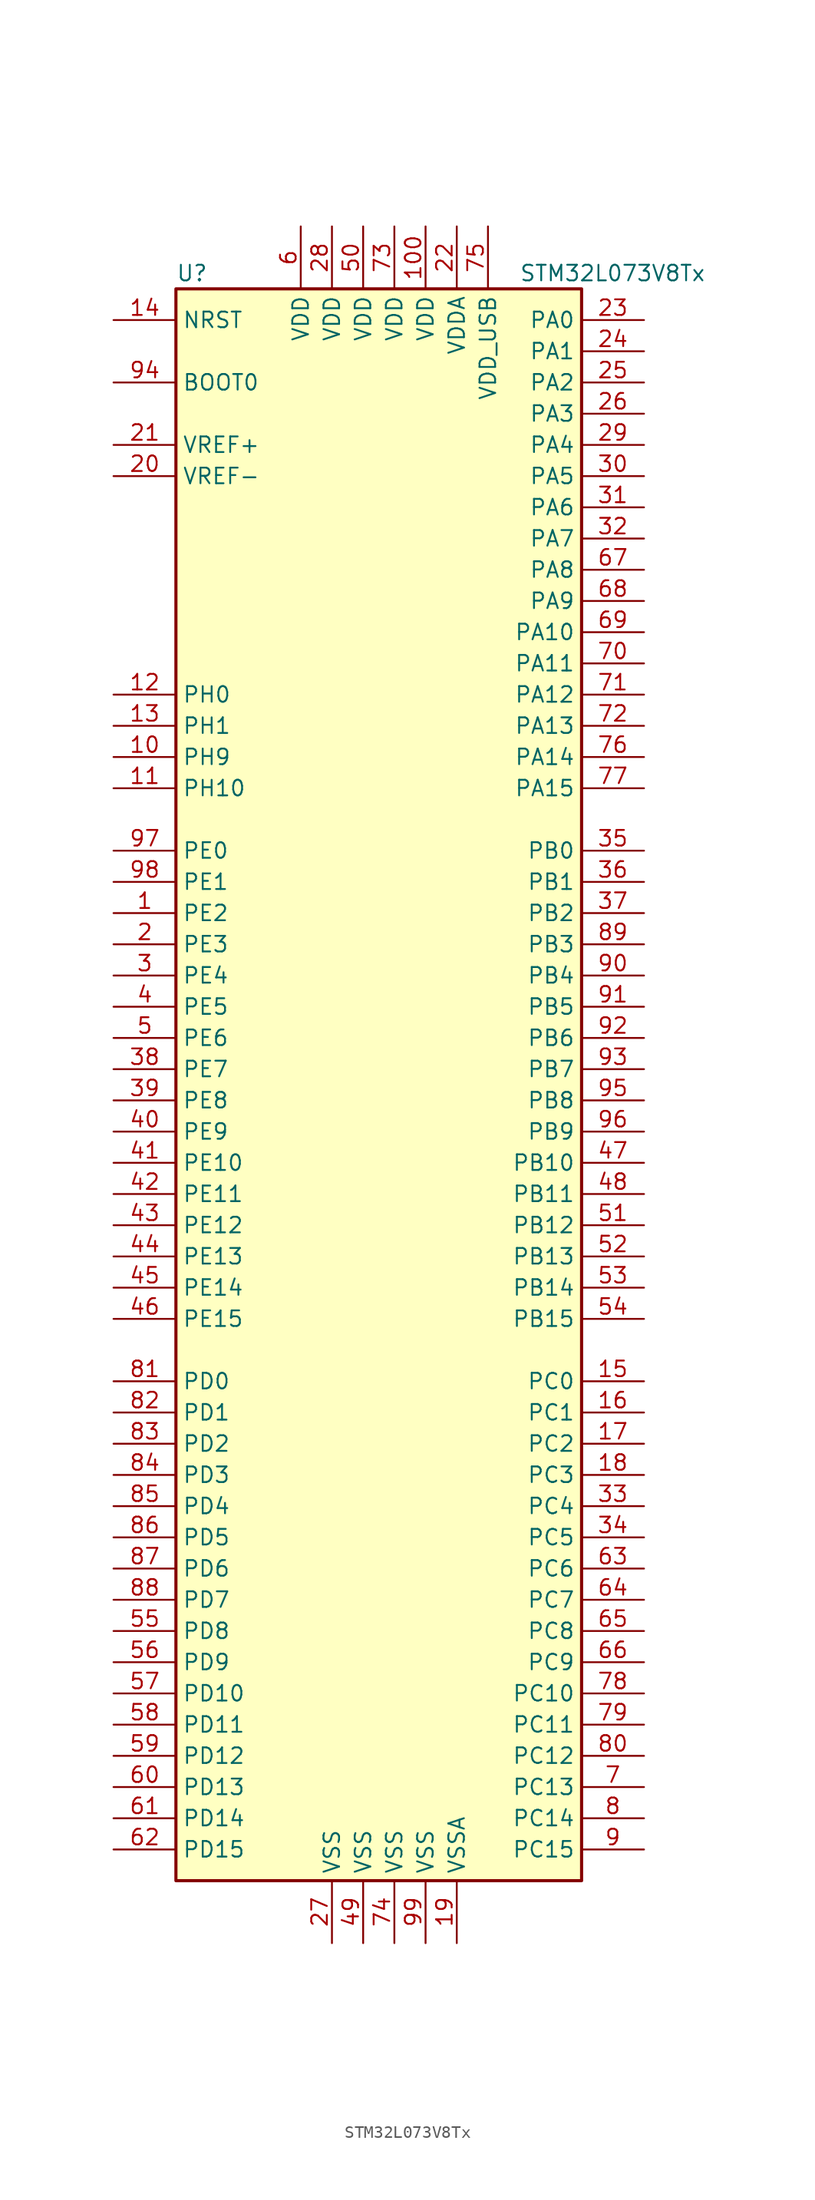
<source format=kicad_sym>
(kicad_symbol_lib
  (version 20201005)
  (generator kicad_symbol_editor)
  (symbol "STM32L073V8Tx"
    (property "Reference" "U"
      (at -17.78 64.77 0)
      (effects (font (size 1.27 1.27)) (justify left)))
    (property "Value" "STM32L073V8Tx"
      (at 10.16 64.77 0)
      (effects (font (size 1.27 1.27)) (justify left)))
    (symbol "STM32L073V8Tx_0_1"
      (rectangle (start -17.78 -66.04) (end 15.24 63.5) (stroke (width 0.254)) (fill (type background))))
    (symbol "STM32L073V8Tx_1_1"
      (pin input line (at -22.86 55.88 0) (length 5.08) (name "BOOT0" (effects (font (size 1.27 1.27)))) (number "94" (effects (font (size 1.27 1.27)))))
      (pin input line (at -22.86 60.96 0) (length 5.08) (name "NRST" (effects (font (size 1.27 1.27)))) (number "14" (effects (font (size 1.27 1.27)))))
      (pin bidirectional line (at 20.32 60.96 180) (length 5.08) (name "PA0" (effects (font (size 1.27 1.27)))) (number "23" (effects (font (size 1.27 1.27)))))
      (pin bidirectional line (at 20.32 58.42 180) (length 5.08) (name "PA1" (effects (font (size 1.27 1.27)))) (number "24" (effects (font (size 1.27 1.27)))))
      (pin bidirectional line (at 20.32 35.56 180) (length 5.08) (name "PA10" (effects (font (size 1.27 1.27)))) (number "69" (effects (font (size 1.27 1.27)))))
      (pin bidirectional line (at 20.32 33.02 180) (length 5.08) (name "PA11" (effects (font (size 1.27 1.27)))) (number "70" (effects (font (size 1.27 1.27)))))
      (pin bidirectional line (at 20.32 30.48 180) (length 5.08) (name "PA12" (effects (font (size 1.27 1.27)))) (number "71" (effects (font (size 1.27 1.27)))))
      (pin bidirectional line (at 20.32 27.94 180) (length 5.08) (name "PA13" (effects (font (size 1.27 1.27)))) (number "72" (effects (font (size 1.27 1.27)))))
      (pin bidirectional line (at 20.32 25.4 180) (length 5.08) (name "PA14" (effects (font (size 1.27 1.27)))) (number "76" (effects (font (size 1.27 1.27)))))
      (pin bidirectional line (at 20.32 22.86 180) (length 5.08) (name "PA15" (effects (font (size 1.27 1.27)))) (number "77" (effects (font (size 1.27 1.27)))))
      (pin bidirectional line (at 20.32 55.88 180) (length 5.08) (name "PA2" (effects (font (size 1.27 1.27)))) (number "25" (effects (font (size 1.27 1.27)))))
      (pin bidirectional line (at 20.32 53.34 180) (length 5.08) (name "PA3" (effects (font (size 1.27 1.27)))) (number "26" (effects (font (size 1.27 1.27)))))
      (pin bidirectional line (at 20.32 50.8 180) (length 5.08) (name "PA4" (effects (font (size 1.27 1.27)))) (number "29" (effects (font (size 1.27 1.27)))))
      (pin bidirectional line (at 20.32 48.26 180) (length 5.08) (name "PA5" (effects (font (size 1.27 1.27)))) (number "30" (effects (font (size 1.27 1.27)))))
      (pin bidirectional line (at 20.32 45.72 180) (length 5.08) (name "PA6" (effects (font (size 1.27 1.27)))) (number "31" (effects (font (size 1.27 1.27)))))
      (pin bidirectional line (at 20.32 43.18 180) (length 5.08) (name "PA7" (effects (font (size 1.27 1.27)))) (number "32" (effects (font (size 1.27 1.27)))))
      (pin bidirectional line (at 20.32 40.64 180) (length 5.08) (name "PA8" (effects (font (size 1.27 1.27)))) (number "67" (effects (font (size 1.27 1.27)))))
      (pin bidirectional line (at 20.32 38.1 180) (length 5.08) (name "PA9" (effects (font (size 1.27 1.27)))) (number "68" (effects (font (size 1.27 1.27)))))
      (pin bidirectional line (at 20.32 17.78 180) (length 5.08) (name "PB0" (effects (font (size 1.27 1.27)))) (number "35" (effects (font (size 1.27 1.27)))))
      (pin bidirectional line (at 20.32 15.24 180) (length 5.08) (name "PB1" (effects (font (size 1.27 1.27)))) (number "36" (effects (font (size 1.27 1.27)))))
      (pin bidirectional line (at 20.32 -7.62 180) (length 5.08) (name "PB10" (effects (font (size 1.27 1.27)))) (number "47" (effects (font (size 1.27 1.27)))))
      (pin bidirectional line (at 20.32 -10.16 180) (length 5.08) (name "PB11" (effects (font (size 1.27 1.27)))) (number "48" (effects (font (size 1.27 1.27)))))
      (pin bidirectional line (at 20.32 -12.7 180) (length 5.08) (name "PB12" (effects (font (size 1.27 1.27)))) (number "51" (effects (font (size 1.27 1.27)))))
      (pin bidirectional line (at 20.32 -15.24 180) (length 5.08) (name "PB13" (effects (font (size 1.27 1.27)))) (number "52" (effects (font (size 1.27 1.27)))))
      (pin bidirectional line (at 20.32 -17.78 180) (length 5.08) (name "PB14" (effects (font (size 1.27 1.27)))) (number "53" (effects (font (size 1.27 1.27)))))
      (pin bidirectional line (at 20.32 -20.32 180) (length 5.08) (name "PB15" (effects (font (size 1.27 1.27)))) (number "54" (effects (font (size 1.27 1.27)))))
      (pin bidirectional line (at 20.32 12.7 180) (length 5.08) (name "PB2" (effects (font (size 1.27 1.27)))) (number "37" (effects (font (size 1.27 1.27)))))
      (pin bidirectional line (at 20.32 10.16 180) (length 5.08) (name "PB3" (effects (font (size 1.27 1.27)))) (number "89" (effects (font (size 1.27 1.27)))))
      (pin bidirectional line (at 20.32 7.62 180) (length 5.08) (name "PB4" (effects (font (size 1.27 1.27)))) (number "90" (effects (font (size 1.27 1.27)))))
      (pin bidirectional line (at 20.32 5.08 180) (length 5.08) (name "PB5" (effects (font (size 1.27 1.27)))) (number "91" (effects (font (size 1.27 1.27)))))
      (pin bidirectional line (at 20.32 2.54 180) (length 5.08) (name "PB6" (effects (font (size 1.27 1.27)))) (number "92" (effects (font (size 1.27 1.27)))))
      (pin bidirectional line (at 20.32 0 180) (length 5.08) (name "PB7" (effects (font (size 1.27 1.27)))) (number "93" (effects (font (size 1.27 1.27)))))
      (pin bidirectional line (at 20.32 -2.54 180) (length 5.08) (name "PB8" (effects (font (size 1.27 1.27)))) (number "95" (effects (font (size 1.27 1.27)))))
      (pin bidirectional line (at 20.32 -5.08 180) (length 5.08) (name "PB9" (effects (font (size 1.27 1.27)))) (number "96" (effects (font (size 1.27 1.27)))))
      (pin bidirectional line (at 20.32 -25.4 180) (length 5.08) (name "PC0" (effects (font (size 1.27 1.27)))) (number "15" (effects (font (size 1.27 1.27)))))
      (pin bidirectional line (at 20.32 -27.94 180) (length 5.08) (name "PC1" (effects (font (size 1.27 1.27)))) (number "16" (effects (font (size 1.27 1.27)))))
      (pin bidirectional line (at 20.32 -50.8 180) (length 5.08) (name "PC10" (effects (font (size 1.27 1.27)))) (number "78" (effects (font (size 1.27 1.27)))))
      (pin bidirectional line (at 20.32 -53.34 180) (length 5.08) (name "PC11" (effects (font (size 1.27 1.27)))) (number "79" (effects (font (size 1.27 1.27)))))
      (pin bidirectional line (at 20.32 -55.88 180) (length 5.08) (name "PC12" (effects (font (size 1.27 1.27)))) (number "80" (effects (font (size 1.27 1.27)))))
      (pin bidirectional line (at 20.32 -58.42 180) (length 5.08) (name "PC13" (effects (font (size 1.27 1.27)))) (number "7" (effects (font (size 1.27 1.27)))))
      (pin bidirectional line (at 20.32 -60.96 180) (length 5.08) (name "PC14" (effects (font (size 1.27 1.27)))) (number "8" (effects (font (size 1.27 1.27)))))
      (pin bidirectional line (at 20.32 -63.5 180) (length 5.08) (name "PC15" (effects (font (size 1.27 1.27)))) (number "9" (effects (font (size 1.27 1.27)))))
      (pin bidirectional line (at 20.32 -30.48 180) (length 5.08) (name "PC2" (effects (font (size 1.27 1.27)))) (number "17" (effects (font (size 1.27 1.27)))))
      (pin bidirectional line (at 20.32 -33.02 180) (length 5.08) (name "PC3" (effects (font (size 1.27 1.27)))) (number "18" (effects (font (size 1.27 1.27)))))
      (pin bidirectional line (at 20.32 -35.56 180) (length 5.08) (name "PC4" (effects (font (size 1.27 1.27)))) (number "33" (effects (font (size 1.27 1.27)))))
      (pin bidirectional line (at 20.32 -38.1 180) (length 5.08) (name "PC5" (effects (font (size 1.27 1.27)))) (number "34" (effects (font (size 1.27 1.27)))))
      (pin bidirectional line (at 20.32 -40.64 180) (length 5.08) (name "PC6" (effects (font (size 1.27 1.27)))) (number "63" (effects (font (size 1.27 1.27)))))
      (pin bidirectional line (at 20.32 -43.18 180) (length 5.08) (name "PC7" (effects (font (size 1.27 1.27)))) (number "64" (effects (font (size 1.27 1.27)))))
      (pin bidirectional line (at 20.32 -45.72 180) (length 5.08) (name "PC8" (effects (font (size 1.27 1.27)))) (number "65" (effects (font (size 1.27 1.27)))))
      (pin bidirectional line (at 20.32 -48.26 180) (length 5.08) (name "PC9" (effects (font (size 1.27 1.27)))) (number "66" (effects (font (size 1.27 1.27)))))
      (pin bidirectional line (at -22.86 -25.4 0) (length 5.08) (name "PD0" (effects (font (size 1.27 1.27)))) (number "81" (effects (font (size 1.27 1.27)))))
      (pin bidirectional line (at -22.86 -27.94 0) (length 5.08) (name "PD1" (effects (font (size 1.27 1.27)))) (number "82" (effects (font (size 1.27 1.27)))))
      (pin bidirectional line (at -22.86 -50.8 0) (length 5.08) (name "PD10" (effects (font (size 1.27 1.27)))) (number "57" (effects (font (size 1.27 1.27)))))
      (pin bidirectional line (at -22.86 -53.34 0) (length 5.08) (name "PD11" (effects (font (size 1.27 1.27)))) (number "58" (effects (font (size 1.27 1.27)))))
      (pin bidirectional line (at -22.86 -55.88 0) (length 5.08) (name "PD12" (effects (font (size 1.27 1.27)))) (number "59" (effects (font (size 1.27 1.27)))))
      (pin bidirectional line (at -22.86 -58.42 0) (length 5.08) (name "PD13" (effects (font (size 1.27 1.27)))) (number "60" (effects (font (size 1.27 1.27)))))
      (pin bidirectional line (at -22.86 -60.96 0) (length 5.08) (name "PD14" (effects (font (size 1.27 1.27)))) (number "61" (effects (font (size 1.27 1.27)))))
      (pin bidirectional line (at -22.86 -63.5 0) (length 5.08) (name "PD15" (effects (font (size 1.27 1.27)))) (number "62" (effects (font (size 1.27 1.27)))))
      (pin bidirectional line (at -22.86 -30.48 0) (length 5.08) (name "PD2" (effects (font (size 1.27 1.27)))) (number "83" (effects (font (size 1.27 1.27)))))
      (pin bidirectional line (at -22.86 -33.02 0) (length 5.08) (name "PD3" (effects (font (size 1.27 1.27)))) (number "84" (effects (font (size 1.27 1.27)))))
      (pin bidirectional line (at -22.86 -35.56 0) (length 5.08) (name "PD4" (effects (font (size 1.27 1.27)))) (number "85" (effects (font (size 1.27 1.27)))))
      (pin bidirectional line (at -22.86 -38.1 0) (length 5.08) (name "PD5" (effects (font (size 1.27 1.27)))) (number "86" (effects (font (size 1.27 1.27)))))
      (pin bidirectional line (at -22.86 -40.64 0) (length 5.08) (name "PD6" (effects (font (size 1.27 1.27)))) (number "87" (effects (font (size 1.27 1.27)))))
      (pin bidirectional line (at -22.86 -43.18 0) (length 5.08) (name "PD7" (effects (font (size 1.27 1.27)))) (number "88" (effects (font (size 1.27 1.27)))))
      (pin bidirectional line (at -22.86 -45.72 0) (length 5.08) (name "PD8" (effects (font (size 1.27 1.27)))) (number "55" (effects (font (size 1.27 1.27)))))
      (pin bidirectional line (at -22.86 -48.26 0) (length 5.08) (name "PD9" (effects (font (size 1.27 1.27)))) (number "56" (effects (font (size 1.27 1.27)))))
      (pin bidirectional line (at -22.86 17.78 0) (length 5.08) (name "PE0" (effects (font (size 1.27 1.27)))) (number "97" (effects (font (size 1.27 1.27)))))
      (pin bidirectional line (at -22.86 15.24 0) (length 5.08) (name "PE1" (effects (font (size 1.27 1.27)))) (number "98" (effects (font (size 1.27 1.27)))))
      (pin bidirectional line (at -22.86 -7.62 0) (length 5.08) (name "PE10" (effects (font (size 1.27 1.27)))) (number "41" (effects (font (size 1.27 1.27)))))
      (pin bidirectional line (at -22.86 -10.16 0) (length 5.08) (name "PE11" (effects (font (size 1.27 1.27)))) (number "42" (effects (font (size 1.27 1.27)))))
      (pin bidirectional line (at -22.86 -12.7 0) (length 5.08) (name "PE12" (effects (font (size 1.27 1.27)))) (number "43" (effects (font (size 1.27 1.27)))))
      (pin bidirectional line (at -22.86 -15.24 0) (length 5.08) (name "PE13" (effects (font (size 1.27 1.27)))) (number "44" (effects (font (size 1.27 1.27)))))
      (pin bidirectional line (at -22.86 -17.78 0) (length 5.08) (name "PE14" (effects (font (size 1.27 1.27)))) (number "45" (effects (font (size 1.27 1.27)))))
      (pin bidirectional line (at -22.86 -20.32 0) (length 5.08) (name "PE15" (effects (font (size 1.27 1.27)))) (number "46" (effects (font (size 1.27 1.27)))))
      (pin bidirectional line (at -22.86 12.7 0) (length 5.08) (name "PE2" (effects (font (size 1.27 1.27)))) (number "1" (effects (font (size 1.27 1.27)))))
      (pin bidirectional line (at -22.86 10.16 0) (length 5.08) (name "PE3" (effects (font (size 1.27 1.27)))) (number "2" (effects (font (size 1.27 1.27)))))
      (pin bidirectional line (at -22.86 7.62 0) (length 5.08) (name "PE4" (effects (font (size 1.27 1.27)))) (number "3" (effects (font (size 1.27 1.27)))))
      (pin bidirectional line (at -22.86 5.08 0) (length 5.08) (name "PE5" (effects (font (size 1.27 1.27)))) (number "4" (effects (font (size 1.27 1.27)))))
      (pin bidirectional line (at -22.86 2.54 0) (length 5.08) (name "PE6" (effects (font (size 1.27 1.27)))) (number "5" (effects (font (size 1.27 1.27)))))
      (pin bidirectional line (at -22.86 0 0) (length 5.08) (name "PE7" (effects (font (size 1.27 1.27)))) (number "38" (effects (font (size 1.27 1.27)))))
      (pin bidirectional line (at -22.86 -2.54 0) (length 5.08) (name "PE8" (effects (font (size 1.27 1.27)))) (number "39" (effects (font (size 1.27 1.27)))))
      (pin bidirectional line (at -22.86 -5.08 0) (length 5.08) (name "PE9" (effects (font (size 1.27 1.27)))) (number "40" (effects (font (size 1.27 1.27)))))
      (pin input line (at -22.86 30.48 0) (length 5.08) (name "PH0" (effects (font (size 1.27 1.27)))) (number "12" (effects (font (size 1.27 1.27)))))
      (pin input line (at -22.86 27.94 0) (length 5.08) (name "PH1" (effects (font (size 1.27 1.27)))) (number "13" (effects (font (size 1.27 1.27)))))
      (pin bidirectional line (at -22.86 22.86 0) (length 5.08) (name "PH10" (effects (font (size 1.27 1.27)))) (number "11" (effects (font (size 1.27 1.27)))))
      (pin bidirectional line (at -22.86 25.4 0) (length 5.08) (name "PH9" (effects (font (size 1.27 1.27)))) (number "10" (effects (font (size 1.27 1.27)))))
      (pin power_in line (at 2.54 68.58 270) (length 5.08) (name "VDD" (effects (font (size 1.27 1.27)))) (number "100" (effects (font (size 1.27 1.27)))))
      (pin power_in line (at -5.08 68.58 270) (length 5.08) (name "VDD" (effects (font (size 1.27 1.27)))) (number "28" (effects (font (size 1.27 1.27)))))
      (pin power_in line (at -2.54 68.58 270) (length 5.08) (name "VDD" (effects (font (size 1.27 1.27)))) (number "50" (effects (font (size 1.27 1.27)))))
      (pin power_in line (at -7.62 68.58 270) (length 5.08) (name "VDD" (effects (font (size 1.27 1.27)))) (number "6" (effects (font (size 1.27 1.27)))))
      (pin power_in line (at 0 68.58 270) (length 5.08) (name "VDD" (effects (font (size 1.27 1.27)))) (number "73" (effects (font (size 1.27 1.27)))))
      (pin power_in line (at 5.08 68.58 270) (length 5.08) (name "VDDA" (effects (font (size 1.27 1.27)))) (number "22" (effects (font (size 1.27 1.27)))))
      (pin power_in line (at 7.62 68.58 270) (length 5.08) (name "VDD_USB" (effects (font (size 1.27 1.27)))) (number "75" (effects (font (size 1.27 1.27)))))
      (pin power_in line (at -22.86 50.8 0) (length 5.08) (name "VREF+" (effects (font (size 1.27 1.27)))) (number "21" (effects (font (size 1.27 1.27)))))
      (pin power_in line (at -22.86 48.26 0) (length 5.08) (name "VREF-" (effects (font (size 1.27 1.27)))) (number "20" (effects (font (size 1.27 1.27)))))
      (pin power_in line (at -5.08 -71.12 90) (length 5.08) (name "VSS" (effects (font (size 1.27 1.27)))) (number "27" (effects (font (size 1.27 1.27)))))
      (pin power_in line (at -2.54 -71.12 90) (length 5.08) (name "VSS" (effects (font (size 1.27 1.27)))) (number "49" (effects (font (size 1.27 1.27)))))
      (pin power_in line (at 0 -71.12 90) (length 5.08) (name "VSS" (effects (font (size 1.27 1.27)))) (number "74" (effects (font (size 1.27 1.27)))))
      (pin power_in line (at 2.54 -71.12 90) (length 5.08) (name "VSS" (effects (font (size 1.27 1.27)))) (number "99" (effects (font (size 1.27 1.27)))))
      (pin power_in line (at 5.08 -71.12 90) (length 5.08) (name "VSSA" (effects (font (size 1.27 1.27)))) (number "19" (effects (font (size 1.27 1.27))))))))
</source>
